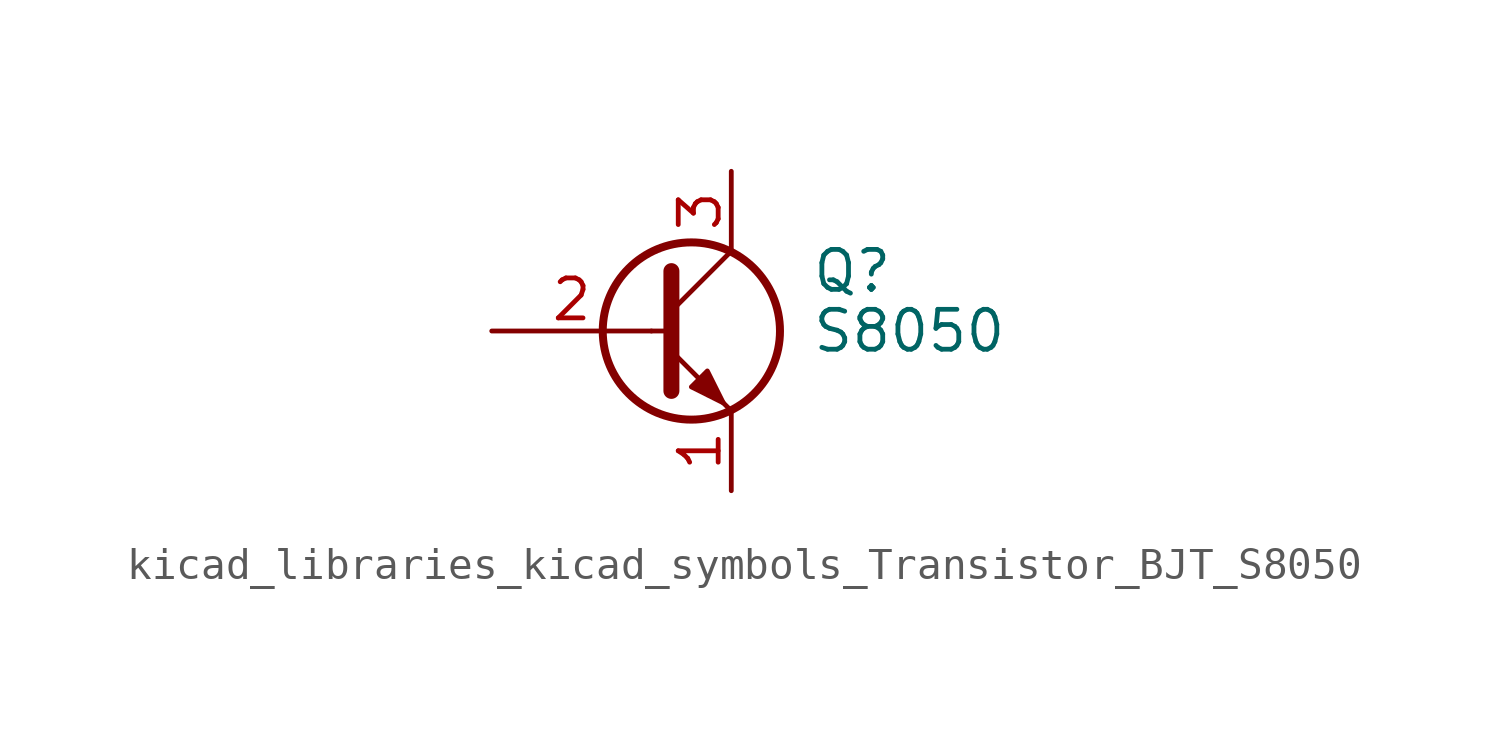
<source format=kicad_sym>
(kicad_symbol_lib
  (version 20220914)
  (generator kicad_symbol_editor)
  (symbol "kicad_libraries_kicad_symbols_Transistor_BJT_S8050"
    (pin_names
      (offset 0) hide)
    (property "Reference" "Q"
      (at 5.08 1.905 0)
      (effects (font (size 1.27 1.27)) (justify left)))
    (property "Value" "S8050"
      (at 5.08 0 0)
      (effects (font (size 1.27 1.27)) (justify left)))
    (symbol "kicad_libraries_kicad_symbols_Transistor_BJT_S8050_0_1"
      (polyline (pts (xy 0 0) (xy 0.635 0)) (stroke (width 0) (type default)) (fill (type none)))
      (polyline (pts (xy 0.635 0.635) (xy 2.54 2.54)) (stroke (width 0) (type default)) (fill (type none)))
      (polyline (pts (xy 0.635 -0.635) (xy 2.54 -2.54) (xy 2.54 -2.54)) (stroke (width 0) (type default)) (fill (type none)))
      (polyline (pts (xy 0.635 1.905) (xy 0.635 -1.905) (xy 0.635 -1.905)) (stroke (width 0.508) (type default)) (fill (type none)))
      (polyline (pts (xy 1.27 -1.778) (xy 1.778 -1.27) (xy 2.286 -2.286) (xy 1.27 -1.778) (xy 1.27 -1.778)) (stroke (width 0) (type default)) (fill (type outline)))
      (circle (center 1.27 0) (radius 2.819) (stroke (width 0.254) (type default)) (fill (type none))))
    (symbol "kicad_libraries_kicad_symbols_Transistor_BJT_S8050_1_1"
      (pin passive line (at 2.54 -5.08 90) (length 2.54) (name "E" (effects (font (size 1.27 1.27)))) (number "1" (effects (font (size 1.27 1.27)))))
      (pin input line (at -5.08 0 0) (length 5.08) (name "B" (effects (font (size 1.27 1.27)))) (number "2" (effects (font (size 1.27 1.27)))))
      (pin passive line (at 2.54 5.08 270) (length 2.54) (name "C" (effects (font (size 1.27 1.27)))) (number "3" (effects (font (size 1.27 1.27))))))))
</source>
